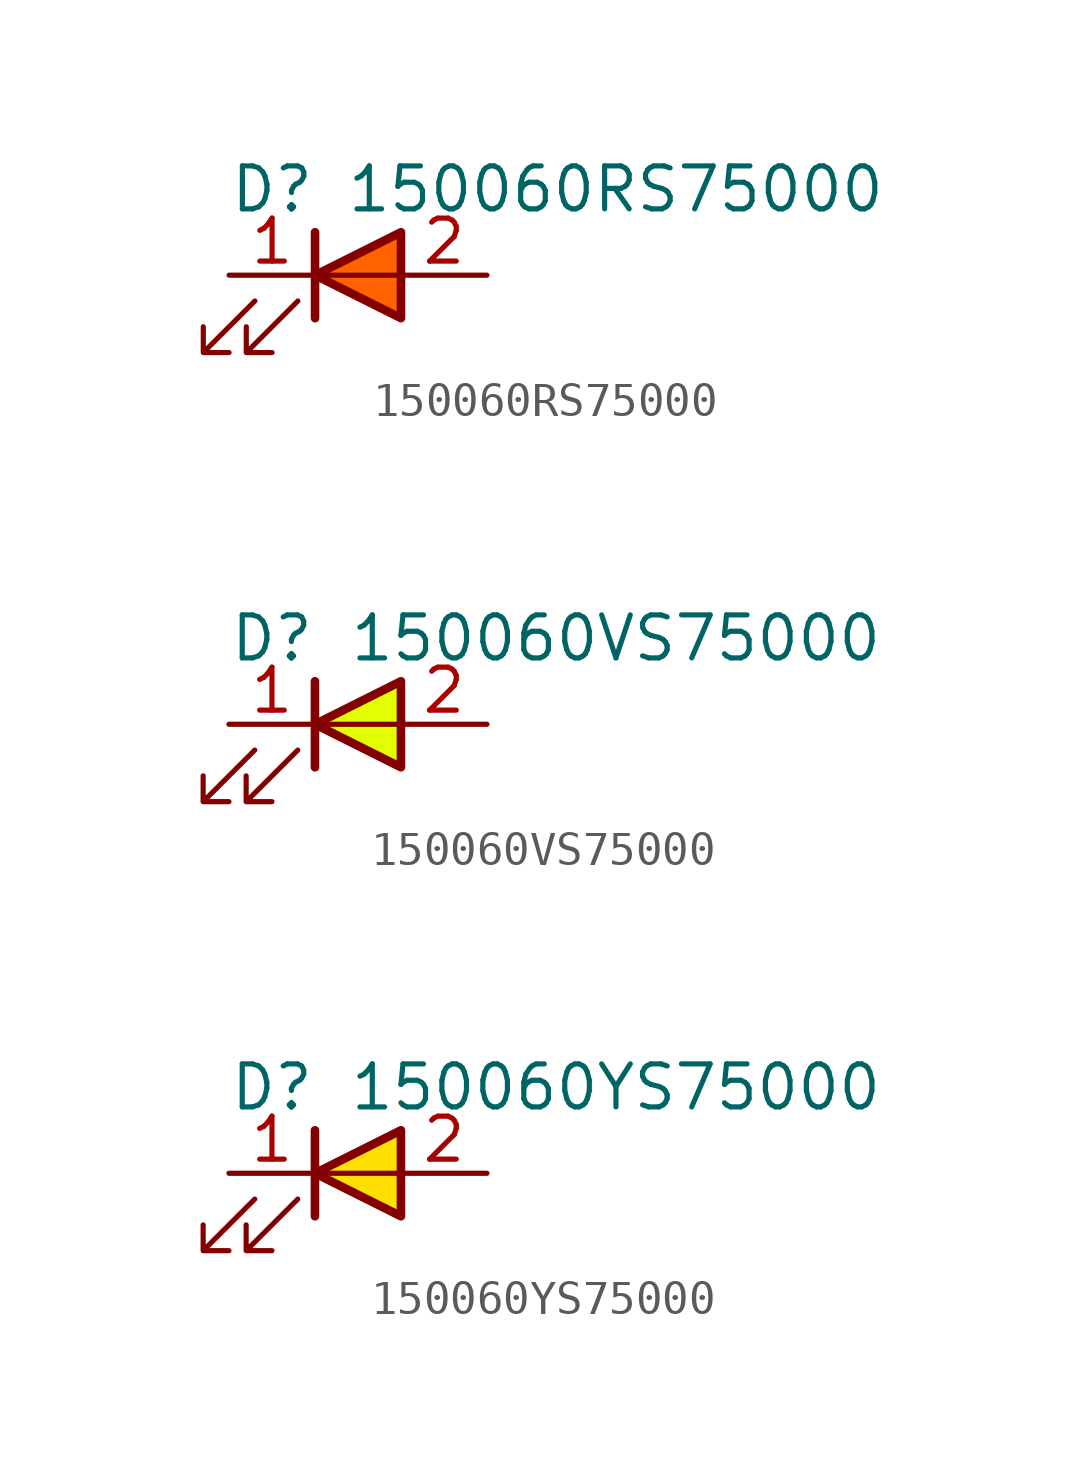
<source format=kicad_sym>
(kicad_symbol_lib
  (version 20220914)
  (generator kicad_symbol_editor)
  (symbol "150060RS75000"
    (pin_names hide)
    (property "Reference" "D"
      (at -2.54 2.54 0)
      (effects (font (size 1.27 1.27))))
    (property "Value" "150060RS75000"
      (at 7.62 2.54 0)
      (effects (font (size 1.27 1.27))))
    (symbol "150060RS75000_0_1"
      (polyline (pts (xy -1.27 -1.27) (xy -1.27 1.27)) (stroke (width 0.254) (type default)) (fill (type none)))
      (polyline (pts (xy -1.27 0) (xy 1.27 0)) (stroke (width 0) (type default)) (fill (type none)))
      (polyline (pts (xy -3.048 -0.762) (xy -4.572 -2.286) (xy -3.81 -2.286) (xy -4.572 -2.286) (xy -4.572 -1.524)) (stroke (width 0) (type default)) (fill (type none)))
      (polyline (pts (xy -1.778 -0.762) (xy -3.302 -2.286) (xy -2.54 -2.286) (xy -3.302 -2.286) (xy -3.302 -1.524)) (stroke (width 0) (type default)) (fill (type none))))
    (symbol "150060RS75000_1_1"
      (polyline (pts (xy 1.27 -1.27) (xy 1.27 1.27) (xy -1.27 0) (xy 1.27 -1.27)) (stroke (width 0.254) (type default)) (fill (type color) (color 255 99 0 1)))
      (pin passive line (at -3.81 0 0) (length 2.54) (name "K" (effects (font (size 1.27 1.27)))) (number "1" (effects (font (size 1.27 1.27)))))
      (pin passive line (at 3.81 0 180) (length 2.54) (name "A" (effects (font (size 1.27 1.27)))) (number "2" (effects (font (size 1.27 1.27)))))))
  (symbol "150060VS75000"
    (pin_names hide)
    (property "Reference" "D"
      (at -2.54 2.54 0)
      (effects (font (size 1.27 1.27))))
    (property "Value" "150060VS75000 "
      (at 7.62 2.54 0)
      (effects (font (size 1.27 1.27))))
    (symbol "150060VS75000_0_1"
      (polyline (pts (xy -1.27 -1.27) (xy -1.27 1.27)) (stroke (width 0.254) (type default)) (fill (type none)))
      (polyline (pts (xy -1.27 0) (xy 1.27 0)) (stroke (width 0) (type default)) (fill (type none)))
      (polyline (pts (xy -3.048 -0.762) (xy -4.572 -2.286) (xy -3.81 -2.286) (xy -4.572 -2.286) (xy -4.572 -1.524)) (stroke (width 0) (type default)) (fill (type none)))
      (polyline (pts (xy -1.778 -0.762) (xy -3.302 -2.286) (xy -2.54 -2.286) (xy -3.302 -2.286) (xy -3.302 -1.524)) (stroke (width 0) (type default)) (fill (type none))))
    (symbol "150060VS75000_1_1"
      (polyline (pts (xy 1.27 -1.27) (xy 1.27 1.27) (xy -1.27 0) (xy 1.27 -1.27)) (stroke (width 0.254) (type default)) (fill (type color) (color 225 255 0 1)))
      (pin passive line (at -3.81 0 0) (length 2.54) (name "K" (effects (font (size 1.27 1.27)))) (number "1" (effects (font (size 1.27 1.27)))))
      (pin passive line (at 3.81 0 180) (length 2.54) (name "A" (effects (font (size 1.27 1.27)))) (number "2" (effects (font (size 1.27 1.27)))))))
  (symbol "150060YS75000"
    (pin_names hide)
    (property "Reference" "D"
      (at -2.54 2.54 0)
      (effects (font (size 1.27 1.27))))
    (property "Value" "150060YS75000"
      (at 7.62 2.54 0)
      (effects (font (size 1.27 1.27))))
    (symbol "150060YS75000_0_1"
      (polyline (pts (xy -1.27 -1.27) (xy -1.27 1.27)) (stroke (width 0.254) (type default)) (fill (type none)))
      (polyline (pts (xy -1.27 0) (xy 1.27 0)) (stroke (width 0) (type default)) (fill (type none)))
      (polyline (pts (xy -3.048 -0.762) (xy -4.572 -2.286) (xy -3.81 -2.286) (xy -4.572 -2.286) (xy -4.572 -1.524)) (stroke (width 0) (type default)) (fill (type none)))
      (polyline (pts (xy -1.778 -0.762) (xy -3.302 -2.286) (xy -2.54 -2.286) (xy -3.302 -2.286) (xy -3.302 -1.524)) (stroke (width 0) (type default)) (fill (type none))))
    (symbol "150060YS75000_1_1"
      (polyline (pts (xy 1.27 -1.27) (xy 1.27 1.27) (xy -1.27 0) (xy 1.27 -1.27)) (stroke (width 0.254) (type default)) (fill (type color) (color 255 223 0 1)))
      (pin passive line (at -3.81 0 0) (length 2.54) (name "K" (effects (font (size 1.27 1.27)))) (number "1" (effects (font (size 1.27 1.27)))))
      (pin passive line (at 3.81 0 180) (length 2.54) (name "A" (effects (font (size 1.27 1.27)))) (number "2" (effects (font (size 1.27 1.27))))))))
</source>
